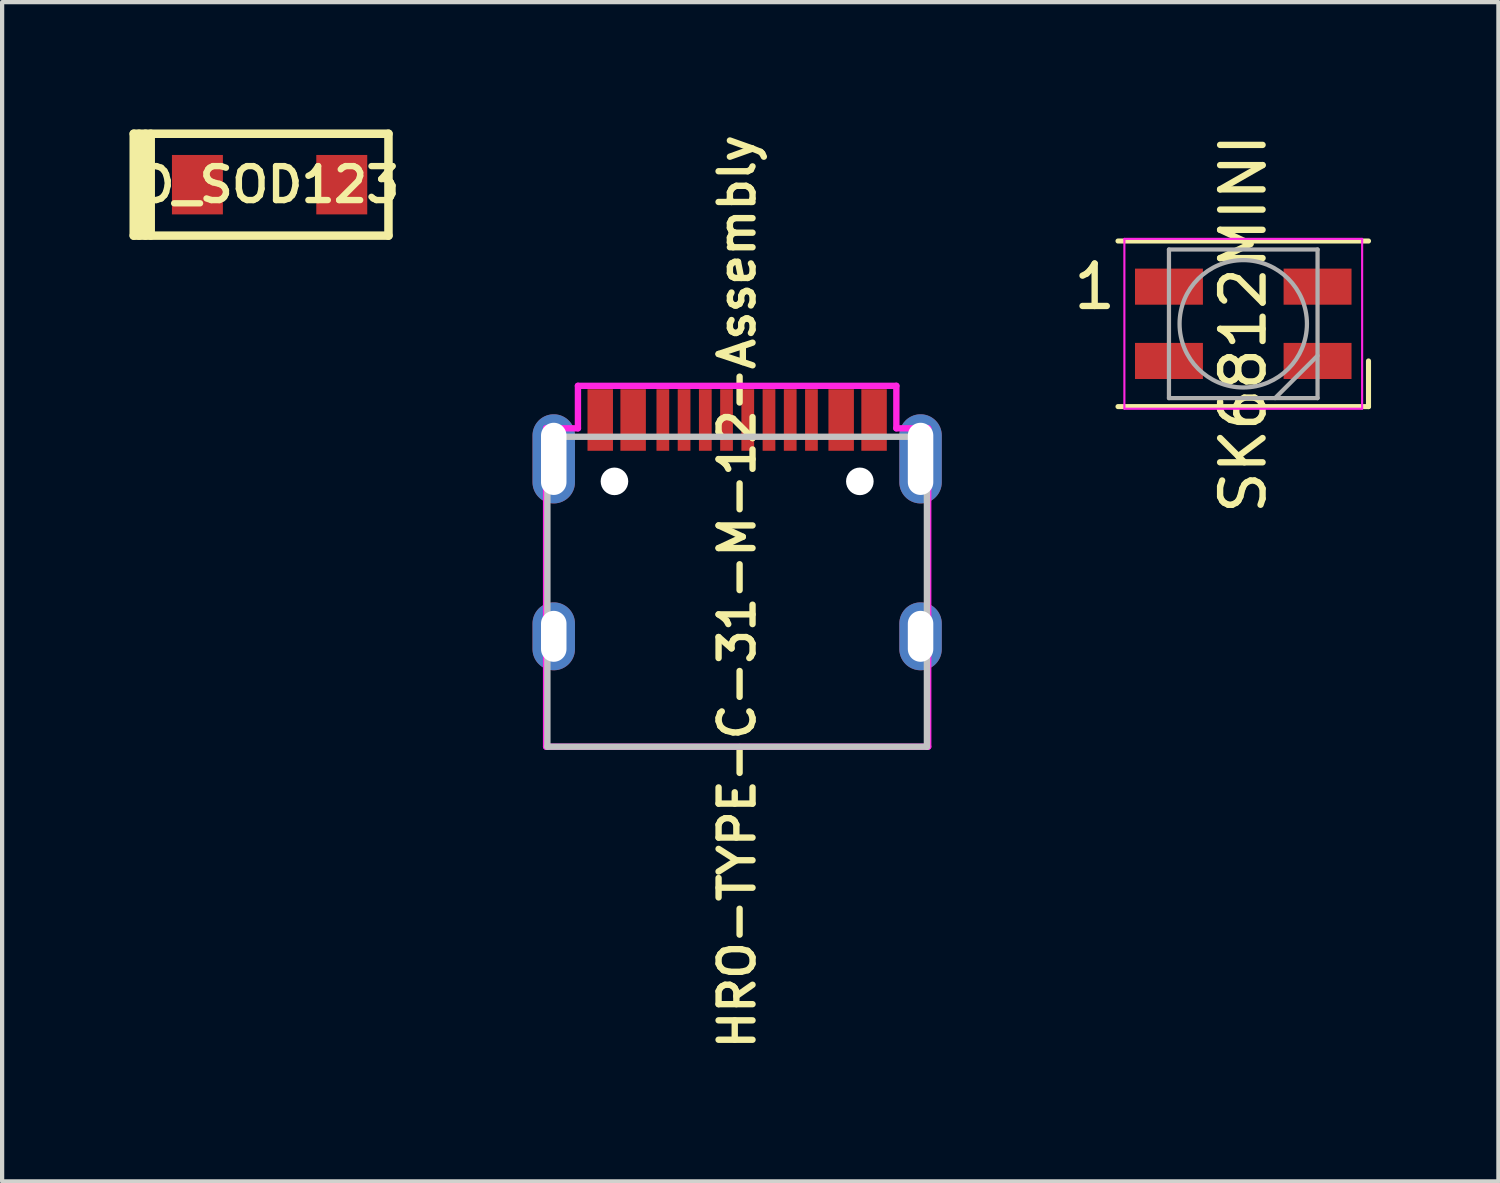
<source format=kicad_pcb>
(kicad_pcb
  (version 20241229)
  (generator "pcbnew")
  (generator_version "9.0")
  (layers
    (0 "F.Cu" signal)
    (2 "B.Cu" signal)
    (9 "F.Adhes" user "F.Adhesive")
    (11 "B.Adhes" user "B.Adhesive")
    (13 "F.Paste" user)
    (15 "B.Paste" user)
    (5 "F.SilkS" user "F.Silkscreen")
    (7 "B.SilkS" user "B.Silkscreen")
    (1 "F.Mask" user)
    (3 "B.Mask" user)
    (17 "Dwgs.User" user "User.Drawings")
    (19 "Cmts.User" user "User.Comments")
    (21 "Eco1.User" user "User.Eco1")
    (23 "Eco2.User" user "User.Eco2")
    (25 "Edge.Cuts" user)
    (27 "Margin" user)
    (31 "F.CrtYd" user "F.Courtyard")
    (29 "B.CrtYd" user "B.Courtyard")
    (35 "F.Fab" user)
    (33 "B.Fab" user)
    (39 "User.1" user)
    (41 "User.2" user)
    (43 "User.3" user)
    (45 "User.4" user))
  (footprint "HRO-TYPE-C-31-M-12-Assembly"
    (layer "F.Cu")
    (at 14.313 14.538)
    (property "Reference" "HRO-TYPE-C-31-M-12-Assembly" (at 0 -3.65 270) (layer "F.SilkS") (effects (font (size 0.8 0.8) (thickness 0.15))))
    (attr smd)
    (fp_line (start -4.47 -7.3) (end 4.47 -7.3) (stroke (width 0.15) (type solid)) (layer "Dwgs.User"))
    (fp_line (start -4.47 0) (end -4.47 -7.3) (stroke (width 0.15) (type solid)) (layer "Dwgs.User"))
    (fp_line (start -4.47 0) (end 4.47 0) (stroke (width 0.15) (type solid)) (layer "Dwgs.User"))
    (fp_line (start 4.47 0) (end 4.47 -7.3) (stroke (width 0.15) (type solid)) (layer "Dwgs.User"))
    (fp_line (start -4.5 -7.5) (end -3.75 -7.5) (stroke (width 0.15) (type solid)) (layer "F.CrtYd"))
    (fp_line (start -4.5 0) (end -4.5 -7.5) (stroke (width 0.15) (type solid)) (layer "F.CrtYd"))
    (fp_line (start -3.75 -8.5) (end 3.75 -8.5) (stroke (width 0.15) (type solid)) (layer "F.CrtYd"))
    (fp_line (start -3.75 -7.5) (end -3.75 -8.5) (stroke (width 0.15) (type solid)) (layer "F.CrtYd"))
    (fp_line (start 3.75 -8.5) (end 3.75 -7.5) (stroke (width 0.15) (type solid)) (layer "F.CrtYd"))
    (fp_line (start 4.5 -7.5) (end 3.75 -7.5) (stroke (width 0.15) (type solid)) (layer "F.CrtYd"))
    (fp_line (start 4.5 -7.5) (end 4.5 0) (stroke (width 0.15) (type solid)) (layer "F.CrtYd"))
    (fp_line (start 4.5 0) (end -4.5 0) (stroke (width 0.15) (type solid)) (layer "F.CrtYd"))
    (pad "" np_thru_hole circle (at -2.89 -6.25) (size 0.65 0.65) (drill 0.65) (layers "*.Cu" "*.Mask"))
    (pad "" np_thru_hole circle (at 2.89 -6.25) (size 0.65 0.65) (drill 0.65) (layers "*.Cu" "*.Mask"))
    (pad "1" smd rect (at -3.225 -7.695) (size 0.6 1.45) (layers "F.Cu" "F.Mask" "F.Paste"))
    (pad "2" smd rect (at -2.45 -7.695) (size 0.6 1.45) (layers "F.Cu" "F.Mask" "F.Paste"))
    (pad "3" smd rect (at -1.75 -7.695) (size 0.3 1.45) (layers "F.Cu" "F.Mask" "F.Paste"))
    (pad "4" smd rect (at -1.25 -7.695) (size 0.3 1.45) (layers "F.Cu" "F.Mask" "F.Paste"))
    (pad "5" smd rect (at -0.75 -7.695) (size 0.3 1.45) (layers "F.Cu" "F.Mask" "F.Paste"))
    (pad "6" smd rect (at -0.25 -7.695) (size 0.3 1.45) (layers "F.Cu" "F.Mask" "F.Paste"))
    (pad "7" smd rect (at 0.25 -7.695) (size 0.3 1.45) (layers "F.Cu" "F.Mask" "F.Paste"))
    (pad "8" smd rect (at 0.75 -7.695) (size 0.3 1.45) (layers "F.Cu" "F.Mask" "F.Paste"))
    (pad "9" smd rect (at 1.25 -7.695) (size 0.3 1.45) (layers "F.Cu" "F.Mask" "F.Paste"))
    (pad "10" smd rect (at 1.75 -7.695) (size 0.3 1.45) (layers "F.Cu" "F.Mask" "F.Paste"))
    (pad "11" smd rect (at 2.45 -7.695) (size 0.6 1.45) (layers "F.Cu" "F.Mask" "F.Paste"))
    (pad "12" smd rect (at 3.225 -7.695) (size 0.6 1.45) (layers "F.Cu" "F.Mask" "F.Paste"))
    (pad "13" thru_hole oval (at -4.32 -6.78) (size 1 2.1) (drill oval 0.6 1.7) (layers "*.Cu" "*.Mask"))
    (pad "13" thru_hole oval (at -4.32 -2.6) (size 1 1.6) (drill oval 0.6 1.2) (layers "*.Cu" "*.Mask"))
    (pad "13" thru_hole oval (at 4.32 -6.78) (size 1 2.1) (drill oval 0.6 1.7) (layers "*.Cu" "*.Mask"))
    (pad "13" thru_hole oval (at 4.32 -2.6) (size 1 1.6) (drill oval 0.6 1.2) (layers "*.Cu" "*.Mask")))
  (footprint "D_SOD123"
    (layer "F.Cu")
    (at 3.3 1.3)
    (property "Reference" "D_SOD123" (at 0 0 0) (layer "F.SilkS") (effects (font (size 0.8 0.8) (thickness 0.15))))
    (attr smd)
    (fp_line (start -3.2 -1.2) (end 2.8 -1.2) (stroke (width 0.2) (type solid)) (layer "F.SilkS"))
    (fp_line (start -3.2 1.2) (end -3.2 -1.2) (stroke (width 0.2) (type solid)) (layer "F.SilkS"))
    (fp_line (start -3.075 1.2) (end -3.075 -1.2) (stroke (width 0.2) (type solid)) (layer "F.SilkS"))
    (fp_line (start -2.925 -1.2) (end -2.925 1.2) (stroke (width 0.2) (type solid)) (layer "F.SilkS"))
    (fp_line (start -2.8 -1.2) (end -2.8 1.2) (stroke (width 0.2) (type solid)) (layer "F.SilkS"))
    (fp_line (start 2.8 -1.2) (end 2.8 1.2) (stroke (width 0.2) (type solid)) (layer "F.SilkS"))
    (fp_line (start 2.8 1.2) (end -3.2 1.2) (stroke (width 0.2) (type solid)) (layer "F.SilkS"))
    (pad "1" smd rect (at -1.7 0) (size 1.2 1.4) (layers "F.Cu" "F.Mask" "F.Paste"))
    (pad "2" smd rect (at 1.7 0) (size 1.2 1.4) (layers "F.Cu" "F.Mask" "F.Paste")))
  (footprint "SK6812MINI"
    (layer "F.Cu")
    (at 26.234 4.577)
    (property "Reference" "SK6812MINI" (at 0 0 90) (layer "F.SilkS") (effects (font (size 1 1) (thickness 0.15))))
    (attr smd)
    (fp_line (start -2.95 -1.95) (end 2.95 -1.95) (stroke (width 0.12) (type solid)) (layer "F.SilkS"))
    (fp_line (start -2.95 1.95) (end 2.95 1.95) (stroke (width 0.12) (type solid)) (layer "F.SilkS"))
    (fp_line (start 2.95 1.95) (end 2.95 0.875) (stroke (width 0.12) (type solid)) (layer "F.SilkS"))
    (fp_line (start -2.8 -2) (end -2.8 2) (stroke (width 0.05) (type solid)) (layer "F.CrtYd"))
    (fp_line (start -2.8 2) (end 2.8 2) (stroke (width 0.05) (type solid)) (layer "F.CrtYd"))
    (fp_line (start 2.8 -2) (end -2.8 -2) (stroke (width 0.05) (type solid)) (layer "F.CrtYd"))
    (fp_line (start 2.8 2) (end 2.8 -2) (stroke (width 0.05) (type solid)) (layer "F.CrtYd"))
    (fp_line (start -1.75 -1.75) (end -1.75 1.75) (stroke (width 0.1) (type solid)) (layer "F.Fab"))
    (fp_line (start -1.75 1.75) (end 1.75 1.75) (stroke (width 0.1) (type solid)) (layer "F.Fab"))
    (fp_line (start 1.75 -1.75) (end -1.75 -1.75) (stroke (width 0.1) (type solid)) (layer "F.Fab"))
    (fp_line (start 1.75 0.75) (end 0.75 1.75) (stroke (width 0.1) (type solid)) (layer "F.Fab"))
    (fp_line (start 1.75 1.75) (end 1.75 -1.75) (stroke (width 0.1) (type solid)) (layer "F.Fab"))
    (fp_circle (center 0 0) (end 0 -1.5) (stroke (width 0.1) (type solid)) (fill no) (layer "F.Fab"))
    (fp_text user "1" (at -3.5 -0.875 0) (layer "F.SilkS") (effects (font (size 1 1) (thickness 0.15))))
    (pad "1" smd rect (at -1.75 -0.875) (size 1.6 0.85) (layers "F.Cu" "F.Mask" "F.Paste"))
    (pad "2" smd rect (at -1.75 0.875) (size 1.6 0.85) (layers "F.Cu" "F.Mask" "F.Paste"))
    (pad "3" smd rect (at 1.75 0.875) (size 1.6 0.85) (layers "F.Cu" "F.Mask" "F.Paste"))
    (pad "4" smd rect (at 1.75 -0.875) (size 1.6 0.85) (layers "F.Cu" "F.Mask" "F.Paste")))
  (gr_rect
    (start -3 -3)
    (end 32.244 24.776)
    (stroke (width 0.1) (type default))
    (fill no)
    (layer "Edge.Cuts")))
</source>
